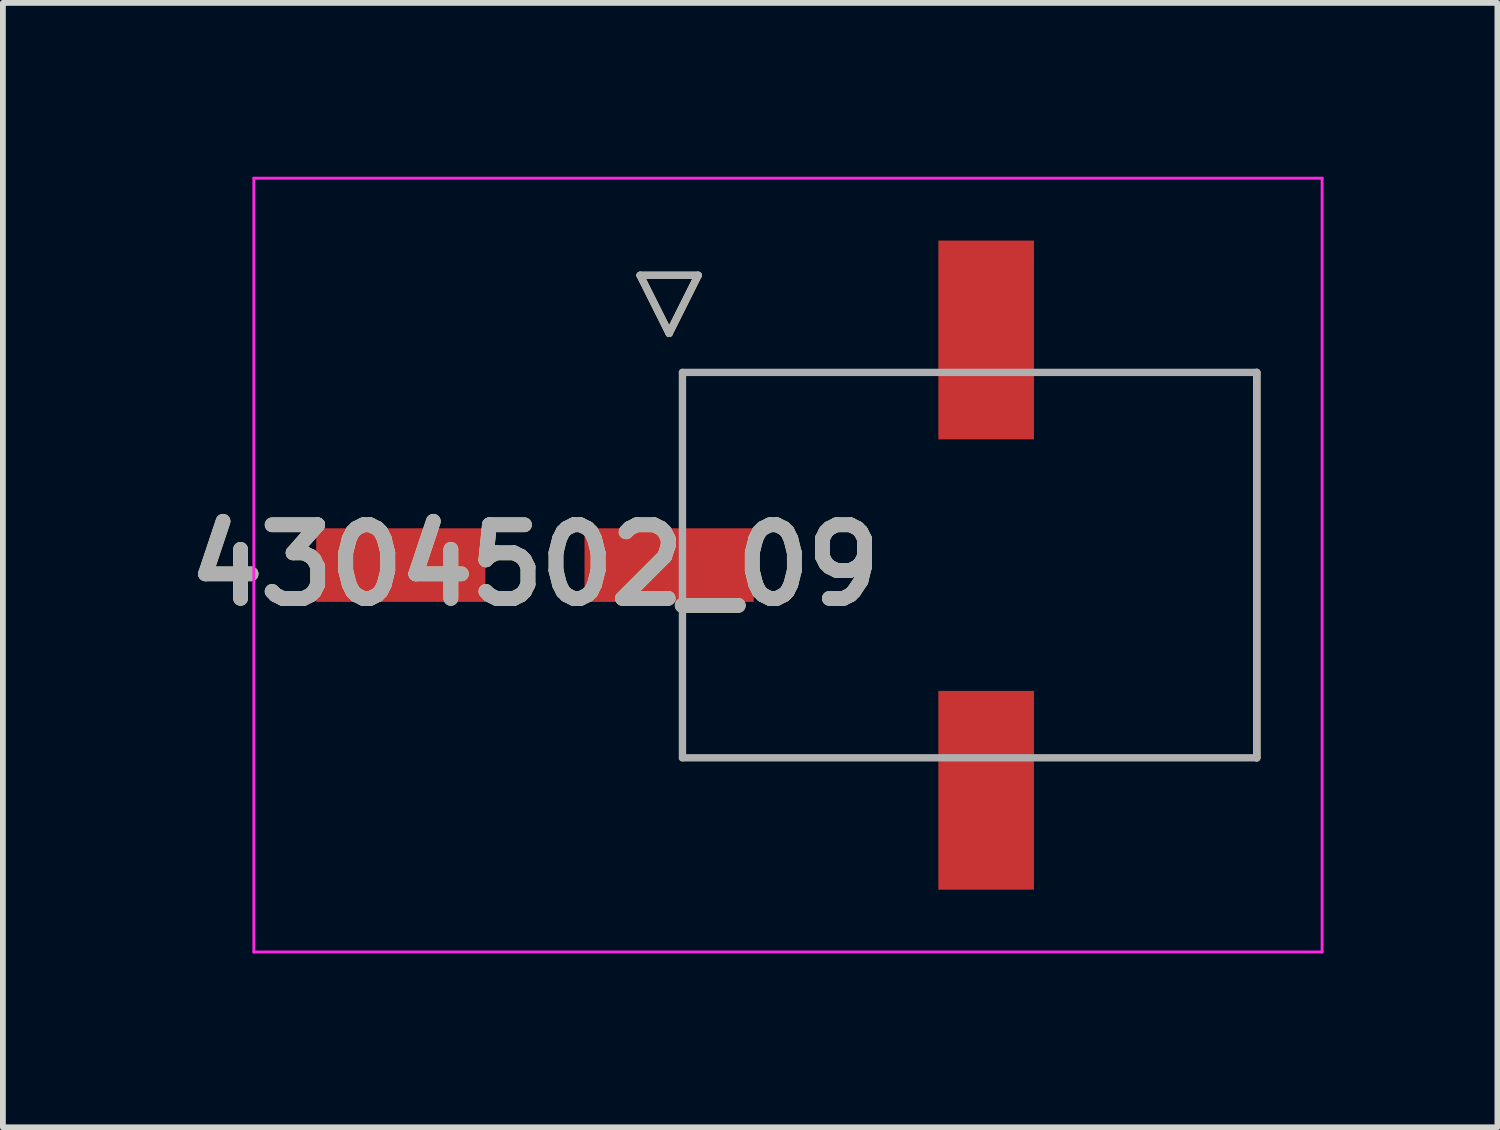
<source format=kicad_pcb>
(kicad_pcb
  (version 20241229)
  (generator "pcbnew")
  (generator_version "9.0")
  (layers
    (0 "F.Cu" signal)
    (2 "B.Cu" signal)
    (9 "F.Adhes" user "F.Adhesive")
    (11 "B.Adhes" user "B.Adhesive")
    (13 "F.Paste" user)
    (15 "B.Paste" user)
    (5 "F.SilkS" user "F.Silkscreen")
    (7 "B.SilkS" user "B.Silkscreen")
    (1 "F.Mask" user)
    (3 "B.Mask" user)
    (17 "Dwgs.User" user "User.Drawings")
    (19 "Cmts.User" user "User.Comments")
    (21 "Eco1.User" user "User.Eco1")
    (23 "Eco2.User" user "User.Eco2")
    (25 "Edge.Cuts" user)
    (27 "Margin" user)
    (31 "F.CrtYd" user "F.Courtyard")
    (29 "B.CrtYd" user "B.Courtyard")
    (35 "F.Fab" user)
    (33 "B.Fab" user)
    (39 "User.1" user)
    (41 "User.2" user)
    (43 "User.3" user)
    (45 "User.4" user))
  (footprint "4304502_09"
    (layer "F.Cu")
    (at 6.181 6.701)
    (property "Reference" "4304502_09" (at 0 0 0) (layer "F.SilkS") (effects (font (size 1.27 1.27) (thickness 0.254))))
    (attr smd)
    (fp_line (start 1.815 -5) (end 2.815 -5) (stroke (width 0.127) (type solid)) (layer "F.SilkS"))
    (fp_line (start 2.315 -4) (end 1.815 -5) (stroke (width 0.127) (type solid)) (layer "F.SilkS"))
    (fp_line (start 2.815 -5) (end 2.315 -4) (stroke (width 0.127) (type solid)) (layer "F.SilkS"))
    (fp_line (start 12.455 -3.325) (end 12.455 3.325) (stroke (width 0.127) (type solid)) (layer "F.SilkS"))
    (fp_line (start -4.851 -6.676) (end 13.582 -6.676) (stroke (width 0.05) (type solid)) (layer "F.CrtYd"))
    (fp_line (start -4.851 6.676) (end -4.851 -6.676) (stroke (width 0.05) (type solid)) (layer "F.CrtYd"))
    (fp_line (start 13.582 -6.676) (end 13.582 6.676) (stroke (width 0.05) (type solid)) (layer "F.CrtYd"))
    (fp_line (start 13.582 6.676) (end -4.851 6.676) (stroke (width 0.05) (type solid)) (layer "F.CrtYd"))
    (fp_line (start 1.815 -5) (end 2.815 -5) (stroke (width 0.127) (type solid)) (layer "F.Fab"))
    (fp_line (start 2.315 -4) (end 1.815 -5) (stroke (width 0.127) (type solid)) (layer "F.Fab"))
    (fp_line (start 2.545 -3.325) (end 12.455 -3.325) (stroke (width 0.127) (type solid)) (layer "F.Fab"))
    (fp_line (start 2.545 3.325) (end 2.545 -3.325) (stroke (width 0.127) (type solid)) (layer "F.Fab"))
    (fp_line (start 2.815 -5) (end 2.315 -4) (stroke (width 0.127) (type solid)) (layer "F.Fab"))
    (fp_line (start 12.455 -3.325) (end 12.455 3.325) (stroke (width 0.127) (type solid)) (layer "F.Fab"))
    (fp_line (start 12.455 3.325) (end 2.545 3.325) (stroke (width 0.127) (type solid)) (layer "F.Fab"))
    (fp_text user "${REFERENCE}" (at 0 0 0) (layer "F.Fab") (effects (font (size 1.27 1.27) (thickness 0.254))))
    (pad "1" smd rect (at 2.315 0 90) (size 1.27 2.92) (layers "F.Cu" "F.Mask" "F.Paste"))
    (pad "2" smd rect (at -2.315 0 90) (size 1.27 2.92) (layers "F.Cu" "F.Mask" "F.Paste"))
    (pad "3" smd rect (at 7.785 -3.885) (size 1.65 3.43) (layers "F.Cu" "F.Mask" "F.Paste"))
    (pad "4" smd rect (at 7.785 3.885) (size 1.65 3.43) (layers "F.Cu" "F.Mask" "F.Paste")))
  (gr_rect
    (start -3 -3)
    (end 22.788 16.402)
    (stroke (width 0.1) (type default))
    (fill no)
    (layer "Edge.Cuts")))
</source>
